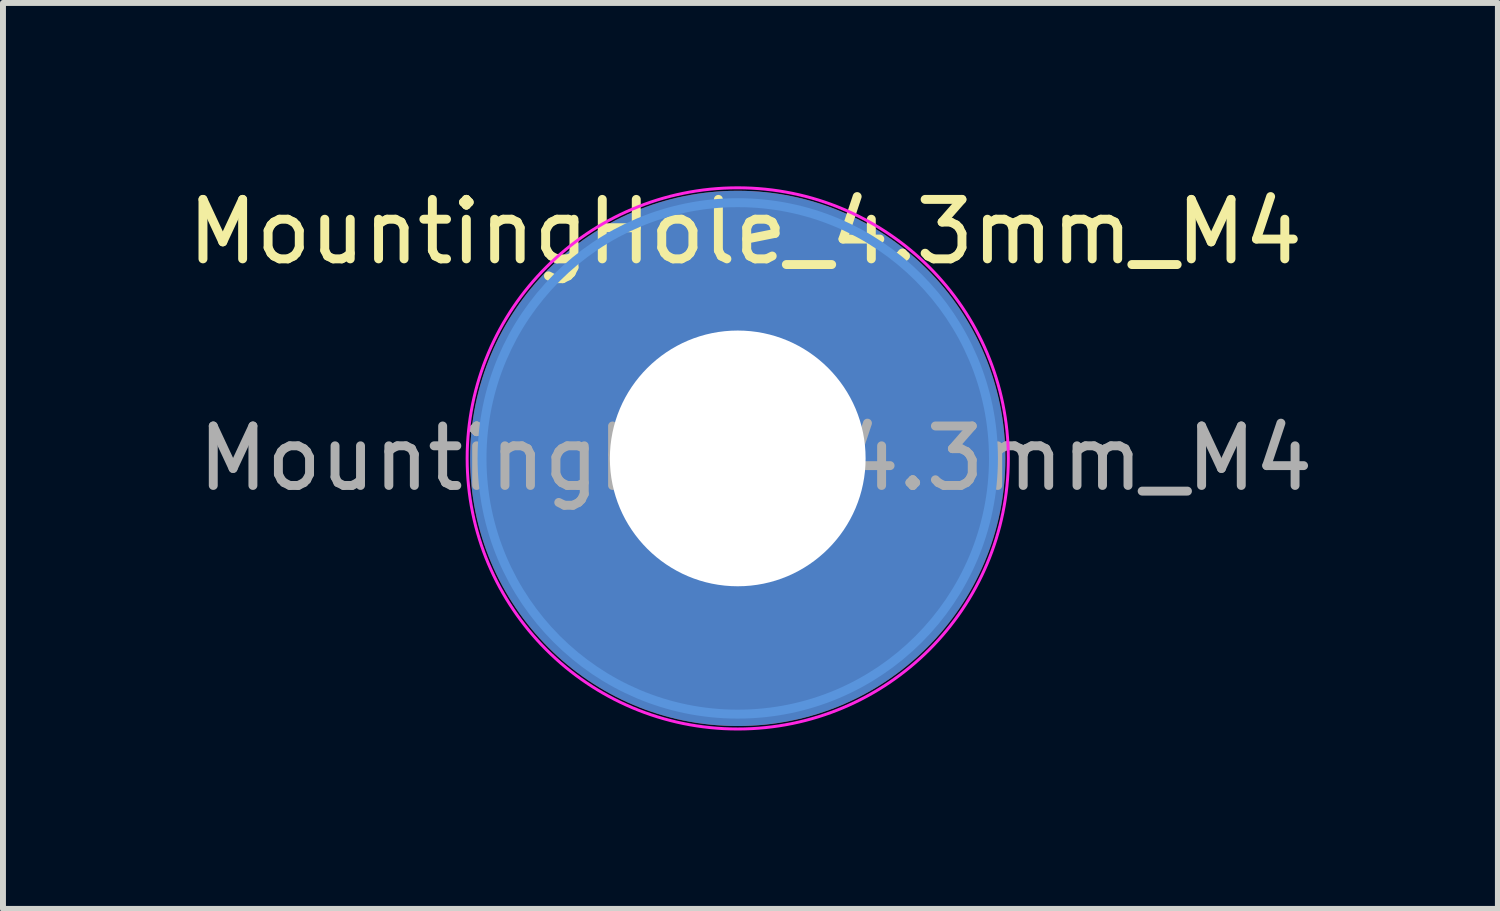
<source format=kicad_pcb>
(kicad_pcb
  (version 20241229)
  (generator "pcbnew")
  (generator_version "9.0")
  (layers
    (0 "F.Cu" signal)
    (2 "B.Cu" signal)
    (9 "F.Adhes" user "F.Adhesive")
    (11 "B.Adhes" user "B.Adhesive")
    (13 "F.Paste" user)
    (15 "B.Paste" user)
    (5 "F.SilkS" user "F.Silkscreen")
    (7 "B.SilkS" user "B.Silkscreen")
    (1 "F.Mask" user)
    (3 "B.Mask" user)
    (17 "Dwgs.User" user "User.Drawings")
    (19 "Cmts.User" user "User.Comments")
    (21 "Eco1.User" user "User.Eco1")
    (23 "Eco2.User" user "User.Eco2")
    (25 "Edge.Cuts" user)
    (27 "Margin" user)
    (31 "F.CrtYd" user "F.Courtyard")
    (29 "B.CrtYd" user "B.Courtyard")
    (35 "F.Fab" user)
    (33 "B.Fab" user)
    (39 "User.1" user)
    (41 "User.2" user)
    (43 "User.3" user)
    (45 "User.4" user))
  (footprint "MountingHole_4.3mm_M4"
    (layer "F.Cu")
    (at 9.355 4.658)
    (property "Reference" "MountingHole_4.3mm_M4" (at 0.127 -3.81 0) (layer "F.SilkS") (effects (font (size 1 1) (thickness 0.15))))
    (attr exclude_from_pos_files exclude_from_bom)
    (fp_circle (center 0 0) (end 4.3 0) (stroke (width 0.15) (type solid)) (fill no) (layer "Cmts.User"))
    (fp_circle (center 0 0) (end 4.55 0) (stroke (width 0.05) (type solid)) (fill no) (layer "F.CrtYd"))
    (fp_text user "${REFERENCE}" (at 0.3 0 0) (layer "F.Fab") (effects (font (size 1 1) (thickness 0.15))))
    (pad "" np_thru_hole circle (at 0 0) (size 4.3 4.3) (drill 4.3) (layers "*.Cu" "*.Mask"))
    (pad "" smd circle (at 0 0) (size 9 9) (layers "*.Mask" "F.Cu"))
    (pad "" smd circle (at 0 0) (size 9 9) (layers "*.Mask" "B.Cu")))
  (gr_rect
    (start -3 -3)
    (end 22.137 12.233)
    (stroke (width 0.1) (type default))
    (fill no)
    (layer "Edge.Cuts")))
</source>
